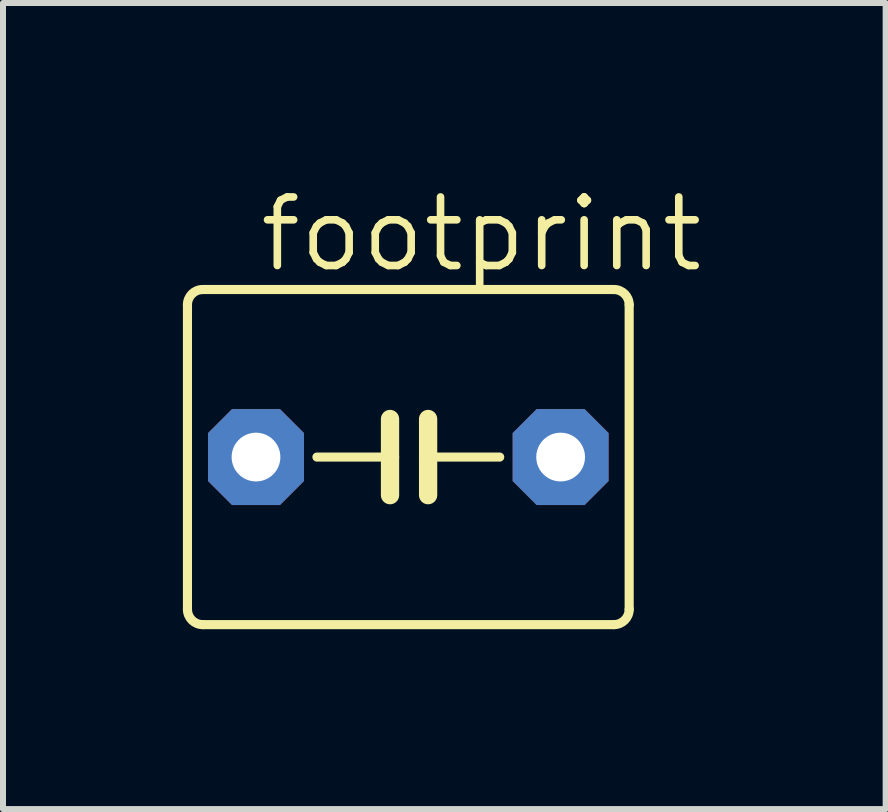
<source format=kicad_pcb>
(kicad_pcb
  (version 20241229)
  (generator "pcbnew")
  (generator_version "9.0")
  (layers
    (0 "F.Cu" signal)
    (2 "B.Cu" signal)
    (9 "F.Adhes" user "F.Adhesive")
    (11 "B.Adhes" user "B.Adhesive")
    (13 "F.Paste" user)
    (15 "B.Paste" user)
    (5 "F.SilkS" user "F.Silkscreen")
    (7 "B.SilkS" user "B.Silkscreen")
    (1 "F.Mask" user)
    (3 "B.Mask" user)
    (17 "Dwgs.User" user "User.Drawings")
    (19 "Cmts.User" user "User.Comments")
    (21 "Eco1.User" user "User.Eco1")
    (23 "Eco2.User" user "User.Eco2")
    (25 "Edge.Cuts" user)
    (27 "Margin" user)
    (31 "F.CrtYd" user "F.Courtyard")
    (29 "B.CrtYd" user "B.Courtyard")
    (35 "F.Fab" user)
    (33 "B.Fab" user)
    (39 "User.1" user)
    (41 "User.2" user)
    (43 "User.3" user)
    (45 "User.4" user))
  (footprint "footprint"
    (layer "F.Cu")
    (at 3.759 4.572)
    (property "Reference" "footprint" (at -2.54 -3.048 0) (layer "F.SilkS") (effects (font (size 1.143 1.143) (thickness 0.127)) (justify left bottom)))
    (fp_line (start -3.683 -2.54) (end -3.683 2.54) (stroke (width 0.152) (type solid)) (layer "F.SilkS"))
    (fp_line (start -3.429 2.794) (end 3.429 2.794) (stroke (width 0.152) (type solid)) (layer "F.SilkS"))
    (fp_line (start -0.305 -0.635) (end -0.305 0) (stroke (width 0.305) (type solid)) (layer "F.SilkS"))
    (fp_line (start -0.305 0) (end -1.524 0) (stroke (width 0.152) (type solid)) (layer "F.SilkS"))
    (fp_line (start -0.305 0) (end -0.305 0.635) (stroke (width 0.305) (type solid)) (layer "F.SilkS"))
    (fp_line (start 0.33 -0.635) (end 0.33 0) (stroke (width 0.305) (type solid)) (layer "F.SilkS"))
    (fp_line (start 0.33 0) (end 0.33 0.635) (stroke (width 0.305) (type solid)) (layer "F.SilkS"))
    (fp_line (start 0.33 0) (end 1.524 0) (stroke (width 0.152) (type solid)) (layer "F.SilkS"))
    (fp_line (start 3.429 -2.794) (end -3.429 -2.794) (stroke (width 0.152) (type solid)) (layer "F.SilkS"))
    (fp_line (start 3.683 2.54) (end 3.683 -2.54) (stroke (width 0.152) (type solid)) (layer "F.SilkS"))
    (fp_arc (start -3.683 -2.54) (mid -3.608605 -2.719605) (end -3.429 -2.794) (stroke (width 0.1524) (type solid)) (layer "F.SilkS"))
    (fp_arc (start -3.429 2.794) (mid -3.608605 2.719605) (end -3.683 2.54) (stroke (width 0.1524) (type solid)) (layer "F.SilkS"))
    (fp_arc (start 3.429 -2.794) (mid 3.608605 -2.719605) (end 3.683 -2.54) (stroke (width 0.1524) (type solid)) (layer "F.SilkS"))
    (fp_arc (start 3.683 2.54) (mid 3.608605 2.719605) (end 3.429 2.794) (stroke (width 0.1524) (type solid)) (layer "F.SilkS"))
    (pad "1" thru_hole roundrect (at -2.54 0) (size 1.6 1.6) (drill 0.813) (layers "*.Cu" "*.Mask") (roundrect_rratio 0.25) (chamfer_ratio 0.25) (chamfer top_left top_right bottom_left bottom_right))
    (pad "2" thru_hole roundrect (at 2.54 0) (size 1.6 1.6) (drill 0.813) (layers "*.Cu" "*.Mask") (roundrect_rratio 0.25) (chamfer_ratio 0.25) (chamfer top_left top_right bottom_left bottom_right)))
  (gr_rect
    (start -3 -3)
    (end 11.719 10.442)
    (stroke (width 0.1) (type default))
    (fill no)
    (layer "Edge.Cuts")))
</source>
